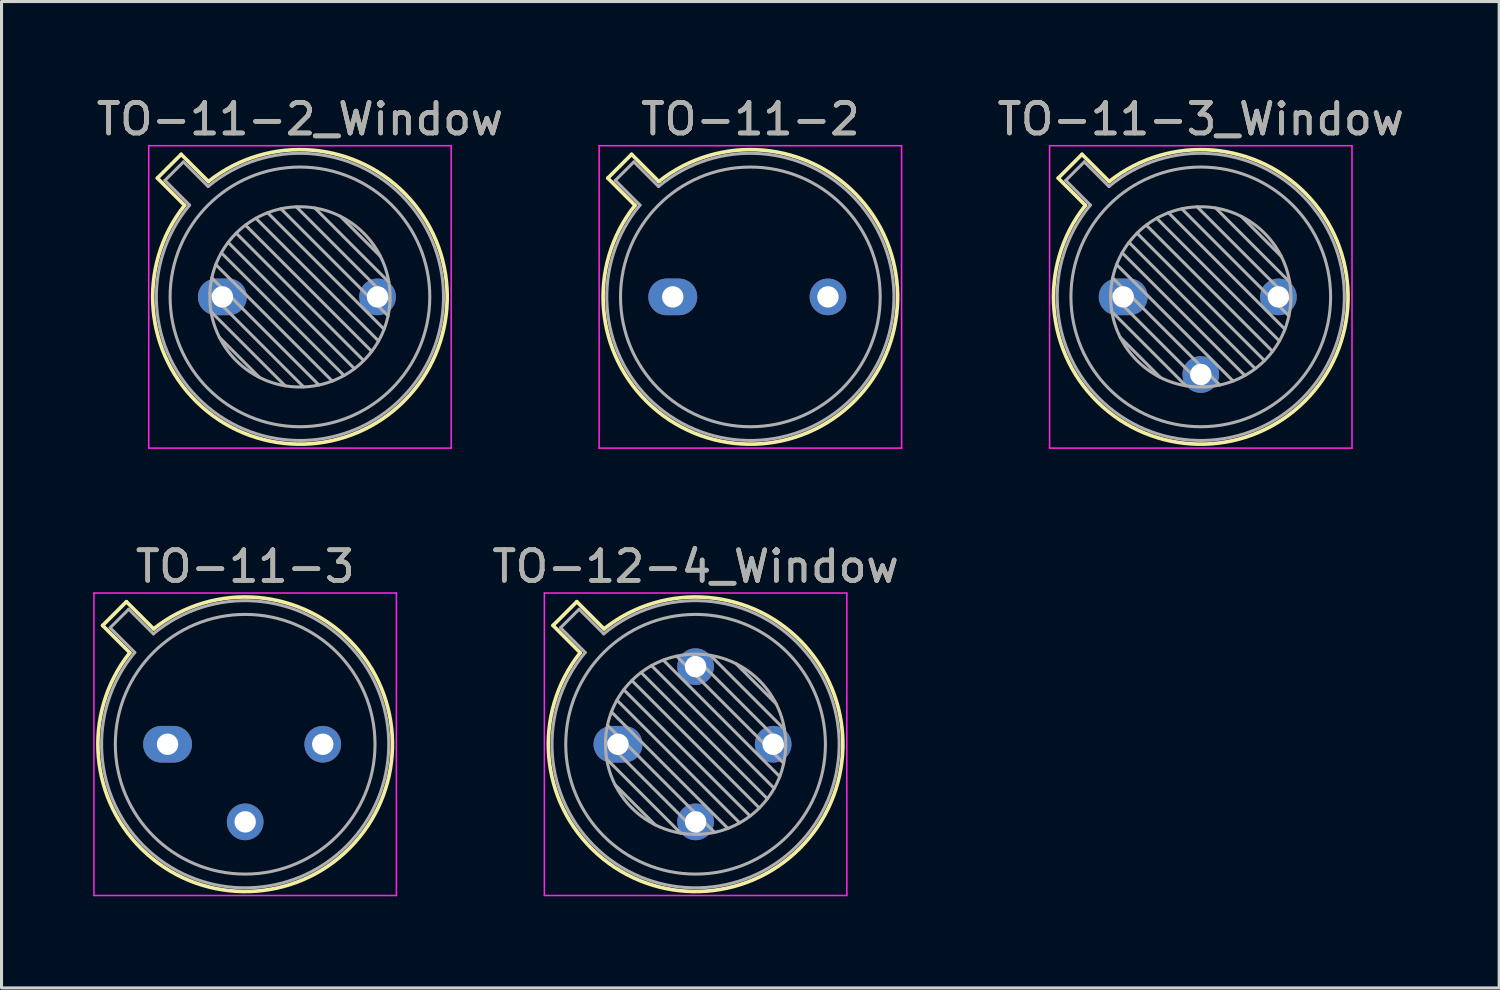
<source format=kicad_pcb>
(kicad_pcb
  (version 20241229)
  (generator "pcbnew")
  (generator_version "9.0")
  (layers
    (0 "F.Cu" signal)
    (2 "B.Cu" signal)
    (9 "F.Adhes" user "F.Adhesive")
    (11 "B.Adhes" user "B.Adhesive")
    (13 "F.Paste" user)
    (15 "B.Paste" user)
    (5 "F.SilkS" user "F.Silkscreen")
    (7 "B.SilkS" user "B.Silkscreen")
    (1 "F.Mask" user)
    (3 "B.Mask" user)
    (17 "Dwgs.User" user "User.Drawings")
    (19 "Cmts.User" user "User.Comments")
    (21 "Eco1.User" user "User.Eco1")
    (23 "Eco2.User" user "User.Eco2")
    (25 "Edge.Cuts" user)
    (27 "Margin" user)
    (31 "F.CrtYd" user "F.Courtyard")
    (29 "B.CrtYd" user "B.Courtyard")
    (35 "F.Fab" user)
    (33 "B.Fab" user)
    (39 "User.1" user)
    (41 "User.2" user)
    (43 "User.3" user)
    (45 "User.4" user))
  (footprint "TO-11-3_Window"
    (layer "F.Cu")
    (at 33.714 6.668)
    (property "Reference" "TO-11-3_Window" (at 2.54 -5.82 0) (layer "F.SilkS") (effects (font (size 1 1) (thickness 0.15))))
    (attr through_hole)
    (fp_line (start -2.126 -3.888) (end -1.235 -2.997) (stroke (width 0.12) (type solid)) (layer "F.SilkS"))
    (fp_line (start -1.348 -4.666) (end -2.126 -3.888) (stroke (width 0.12) (type solid)) (layer "F.SilkS"))
    (fp_line (start -0.457 -3.775) (end -1.348 -4.666) (stroke (width 0.12) (type solid)) (layer "F.SilkS"))
    (fp_arc (start -0.457084 -3.774902) (mid 5.948125 3.408384) (end -1.234674 -2.997371) (stroke (width 0.12) (type solid)) (layer "F.SilkS"))
    (fp_line (start -2.41 -4.95) (end -2.41 4.95) (stroke (width 0.05) (type solid)) (layer "F.CrtYd"))
    (fp_line (start -2.41 4.95) (end 7.49 4.95) (stroke (width 0.05) (type solid)) (layer "F.CrtYd"))
    (fp_line (start 7.49 -4.95) (end -2.41 -4.95) (stroke (width 0.05) (type solid)) (layer "F.CrtYd"))
    (fp_line (start 7.49 4.95) (end 7.49 -4.95) (stroke (width 0.05) (type solid)) (layer "F.CrtYd"))
    (fp_line (start -1.88 -3.812) (end -1.074 -3.005) (stroke (width 0.1) (type solid)) (layer "F.Fab"))
    (fp_line (start -1.272 -4.42) (end -1.88 -3.812) (stroke (width 0.1) (type solid)) (layer "F.Fab"))
    (fp_line (start -0.465 -3.614) (end -1.272 -4.42) (stroke (width 0.1) (type solid)) (layer "F.Fab"))
    (fp_line (start -0.408 -0.12) (end 2.66 2.948) (stroke (width 0.1) (type solid)) (layer "F.Fab"))
    (fp_line (start -0.371 0.485) (end 2.055 2.911) (stroke (width 0.1) (type solid)) (layer "F.Fab"))
    (fp_line (start -0.344 -0.622) (end 3.162 2.884) (stroke (width 0.1) (type solid)) (layer "F.Fab"))
    (fp_line (start -0.215 -1.058) (end 3.598 2.755) (stroke (width 0.1) (type solid)) (layer "F.Fab"))
    (fp_line (start -0.097 1.324) (end 1.216 2.637) (stroke (width 0.1) (type solid)) (layer "F.Fab"))
    (fp_line (start -0.034 -1.443) (end 3.983 2.574) (stroke (width 0.1) (type solid)) (layer "F.Fab"))
    (fp_line (start 0.19 -1.784) (end 4.324 2.35) (stroke (width 0.1) (type solid)) (layer "F.Fab"))
    (fp_line (start 0.454 -2.086) (end 4.626 2.086) (stroke (width 0.1) (type solid)) (layer "F.Fab"))
    (fp_line (start 0.756 -2.35) (end 4.89 1.784) (stroke (width 0.1) (type solid)) (layer "F.Fab"))
    (fp_line (start 1.097 -2.574) (end 5.114 1.443) (stroke (width 0.1) (type solid)) (layer "F.Fab"))
    (fp_line (start 1.482 -2.755) (end 5.295 1.058) (stroke (width 0.1) (type solid)) (layer "F.Fab"))
    (fp_line (start 1.918 -2.884) (end 5.424 0.622) (stroke (width 0.1) (type solid)) (layer "F.Fab"))
    (fp_line (start 2.42 -2.948) (end 5.488 0.12) (stroke (width 0.1) (type solid)) (layer "F.Fab"))
    (fp_line (start 3.025 -2.911) (end 5.451 -0.485) (stroke (width 0.1) (type solid)) (layer "F.Fab"))
    (fp_line (start 3.864 -2.637) (end 5.177 -1.324) (stroke (width 0.1) (type solid)) (layer "F.Fab"))
    (fp_arc (start -0.465408 -3.61352) (mid 5.863443 3.323361) (end -1.073594 -3.005319) (stroke (width 0.1) (type solid)) (layer "F.Fab"))
    (fp_circle (center 2.54 0) (end 5.49 0) (stroke (width 0.1) (type solid)) (fill no) (layer "F.Fab"))
    (fp_circle (center 2.54 0) (end 6.79 0) (stroke (width 0.1) (type solid)) (fill no) (layer "F.Fab"))
    (fp_text user "${REFERENCE}" (at 2.54 -5.82 0) (layer "F.Fab") (effects (font (size 1 1) (thickness 0.15))))
    (pad "1" thru_hole oval (at 0 0) (size 1.6 1.2) (drill 0.7) (layers "*.Cu" "*.Mask"))
    (pad "2" thru_hole oval (at 2.54 2.54) (size 1.2 1.2) (drill 0.7) (layers "*.Cu" "*.Mask"))
    (pad "3" thru_hole oval (at 5.08 0) (size 1.2 1.2) (drill 0.7) (layers "*.Cu" "*.Mask")))
  (footprint "TO-11-2_Window"
    (layer "F.Cu")
    (at 4.228 6.668)
    (property "Reference" "TO-11-2_Window" (at 2.54 -5.82 0) (layer "F.SilkS") (effects (font (size 1 1) (thickness 0.15))))
    (attr through_hole)
    (fp_line (start -2.126 -3.888) (end -1.235 -2.997) (stroke (width 0.12) (type solid)) (layer "F.SilkS"))
    (fp_line (start -1.348 -4.666) (end -2.126 -3.888) (stroke (width 0.12) (type solid)) (layer "F.SilkS"))
    (fp_line (start -0.457 -3.775) (end -1.348 -4.666) (stroke (width 0.12) (type solid)) (layer "F.SilkS"))
    (fp_arc (start -0.457084 -3.774902) (mid 5.948125 3.408384) (end -1.234674 -2.997371) (stroke (width 0.12) (type solid)) (layer "F.SilkS"))
    (fp_line (start -2.41 -4.95) (end -2.41 4.95) (stroke (width 0.05) (type solid)) (layer "F.CrtYd"))
    (fp_line (start -2.41 4.95) (end 7.49 4.95) (stroke (width 0.05) (type solid)) (layer "F.CrtYd"))
    (fp_line (start 7.49 -4.95) (end -2.41 -4.95) (stroke (width 0.05) (type solid)) (layer "F.CrtYd"))
    (fp_line (start 7.49 4.95) (end 7.49 -4.95) (stroke (width 0.05) (type solid)) (layer "F.CrtYd"))
    (fp_line (start -1.88 -3.812) (end -1.074 -3.005) (stroke (width 0.1) (type solid)) (layer "F.Fab"))
    (fp_line (start -1.272 -4.42) (end -1.88 -3.812) (stroke (width 0.1) (type solid)) (layer "F.Fab"))
    (fp_line (start -0.465 -3.614) (end -1.272 -4.42) (stroke (width 0.1) (type solid)) (layer "F.Fab"))
    (fp_line (start -0.408 -0.12) (end 2.66 2.948) (stroke (width 0.1) (type solid)) (layer "F.Fab"))
    (fp_line (start -0.371 0.485) (end 2.055 2.911) (stroke (width 0.1) (type solid)) (layer "F.Fab"))
    (fp_line (start -0.344 -0.622) (end 3.162 2.884) (stroke (width 0.1) (type solid)) (layer "F.Fab"))
    (fp_line (start -0.215 -1.058) (end 3.598 2.755) (stroke (width 0.1) (type solid)) (layer "F.Fab"))
    (fp_line (start -0.097 1.324) (end 1.216 2.637) (stroke (width 0.1) (type solid)) (layer "F.Fab"))
    (fp_line (start -0.034 -1.443) (end 3.983 2.574) (stroke (width 0.1) (type solid)) (layer "F.Fab"))
    (fp_line (start 0.19 -1.784) (end 4.324 2.35) (stroke (width 0.1) (type solid)) (layer "F.Fab"))
    (fp_line (start 0.454 -2.086) (end 4.626 2.086) (stroke (width 0.1) (type solid)) (layer "F.Fab"))
    (fp_line (start 0.756 -2.35) (end 4.89 1.784) (stroke (width 0.1) (type solid)) (layer "F.Fab"))
    (fp_line (start 1.097 -2.574) (end 5.114 1.443) (stroke (width 0.1) (type solid)) (layer "F.Fab"))
    (fp_line (start 1.482 -2.755) (end 5.295 1.058) (stroke (width 0.1) (type solid)) (layer "F.Fab"))
    (fp_line (start 1.918 -2.884) (end 5.424 0.622) (stroke (width 0.1) (type solid)) (layer "F.Fab"))
    (fp_line (start 2.42 -2.948) (end 5.488 0.12) (stroke (width 0.1) (type solid)) (layer "F.Fab"))
    (fp_line (start 3.025 -2.911) (end 5.451 -0.485) (stroke (width 0.1) (type solid)) (layer "F.Fab"))
    (fp_line (start 3.864 -2.637) (end 5.177 -1.324) (stroke (width 0.1) (type solid)) (layer "F.Fab"))
    (fp_arc (start -0.465408 -3.61352) (mid 5.863443 3.323361) (end -1.073594 -3.005319) (stroke (width 0.1) (type solid)) (layer "F.Fab"))
    (fp_circle (center 2.54 0) (end 5.49 0) (stroke (width 0.1) (type solid)) (fill no) (layer "F.Fab"))
    (fp_circle (center 2.54 0) (end 6.79 0) (stroke (width 0.1) (type solid)) (fill no) (layer "F.Fab"))
    (fp_text user "${REFERENCE}" (at 2.54 -5.82 0) (layer "F.Fab") (effects (font (size 1 1) (thickness 0.15))))
    (pad "1" thru_hole oval (at 0 0) (size 1.6 1.2) (drill 0.7) (layers "*.Cu" "*.Mask"))
    (pad "2" thru_hole oval (at 5.08 0) (size 1.2 1.2) (drill 0.7) (layers "*.Cu" "*.Mask")))
  (footprint "TO-12-4_Window"
    (layer "F.Cu")
    (at 17.178 21.311)
    (property "Reference" "TO-12-4_Window" (at 2.54 -5.82 0) (layer "F.SilkS") (effects (font (size 1 1) (thickness 0.15))))
    (attr through_hole)
    (fp_line (start -2.126 -3.888) (end -1.235 -2.997) (stroke (width 0.12) (type solid)) (layer "F.SilkS"))
    (fp_line (start -1.348 -4.666) (end -2.126 -3.888) (stroke (width 0.12) (type solid)) (layer "F.SilkS"))
    (fp_line (start -0.457 -3.775) (end -1.348 -4.666) (stroke (width 0.12) (type solid)) (layer "F.SilkS"))
    (fp_arc (start -0.457084 -3.774902) (mid 5.948125 3.408384) (end -1.234674 -2.997371) (stroke (width 0.12) (type solid)) (layer "F.SilkS"))
    (fp_line (start -2.41 -4.95) (end -2.41 4.95) (stroke (width 0.05) (type solid)) (layer "F.CrtYd"))
    (fp_line (start -2.41 4.95) (end 7.49 4.95) (stroke (width 0.05) (type solid)) (layer "F.CrtYd"))
    (fp_line (start 7.49 -4.95) (end -2.41 -4.95) (stroke (width 0.05) (type solid)) (layer "F.CrtYd"))
    (fp_line (start 7.49 4.95) (end 7.49 -4.95) (stroke (width 0.05) (type solid)) (layer "F.CrtYd"))
    (fp_line (start -1.88 -3.812) (end -1.074 -3.005) (stroke (width 0.1) (type solid)) (layer "F.Fab"))
    (fp_line (start -1.272 -4.42) (end -1.88 -3.812) (stroke (width 0.1) (type solid)) (layer "F.Fab"))
    (fp_line (start -0.465 -3.614) (end -1.272 -4.42) (stroke (width 0.1) (type solid)) (layer "F.Fab"))
    (fp_line (start -0.408 -0.12) (end 2.66 2.948) (stroke (width 0.1) (type solid)) (layer "F.Fab"))
    (fp_line (start -0.371 0.485) (end 2.055 2.911) (stroke (width 0.1) (type solid)) (layer "F.Fab"))
    (fp_line (start -0.344 -0.622) (end 3.162 2.884) (stroke (width 0.1) (type solid)) (layer "F.Fab"))
    (fp_line (start -0.215 -1.058) (end 3.598 2.755) (stroke (width 0.1) (type solid)) (layer "F.Fab"))
    (fp_line (start -0.097 1.324) (end 1.216 2.637) (stroke (width 0.1) (type solid)) (layer "F.Fab"))
    (fp_line (start -0.034 -1.443) (end 3.983 2.574) (stroke (width 0.1) (type solid)) (layer "F.Fab"))
    (fp_line (start 0.19 -1.784) (end 4.324 2.35) (stroke (width 0.1) (type solid)) (layer "F.Fab"))
    (fp_line (start 0.454 -2.086) (end 4.626 2.086) (stroke (width 0.1) (type solid)) (layer "F.Fab"))
    (fp_line (start 0.756 -2.35) (end 4.89 1.784) (stroke (width 0.1) (type solid)) (layer "F.Fab"))
    (fp_line (start 1.097 -2.574) (end 5.114 1.443) (stroke (width 0.1) (type solid)) (layer "F.Fab"))
    (fp_line (start 1.482 -2.755) (end 5.295 1.058) (stroke (width 0.1) (type solid)) (layer "F.Fab"))
    (fp_line (start 1.918 -2.884) (end 5.424 0.622) (stroke (width 0.1) (type solid)) (layer "F.Fab"))
    (fp_line (start 2.42 -2.948) (end 5.488 0.12) (stroke (width 0.1) (type solid)) (layer "F.Fab"))
    (fp_line (start 3.025 -2.911) (end 5.451 -0.485) (stroke (width 0.1) (type solid)) (layer "F.Fab"))
    (fp_line (start 3.864 -2.637) (end 5.177 -1.324) (stroke (width 0.1) (type solid)) (layer "F.Fab"))
    (fp_arc (start -0.465408 -3.61352) (mid 5.863443 3.323361) (end -1.073594 -3.005319) (stroke (width 0.1) (type solid)) (layer "F.Fab"))
    (fp_circle (center 2.54 0) (end 5.49 0) (stroke (width 0.1) (type solid)) (fill no) (layer "F.Fab"))
    (fp_circle (center 2.54 0) (end 6.79 0) (stroke (width 0.1) (type solid)) (fill no) (layer "F.Fab"))
    (fp_text user "${REFERENCE}" (at 2.54 -5.82 0) (layer "F.Fab") (effects (font (size 1 1) (thickness 0.15))))
    (pad "1" thru_hole oval (at 0 0) (size 1.6 1.2) (drill 0.7) (layers "*.Cu" "*.Mask"))
    (pad "2" thru_hole oval (at 2.54 2.54) (size 1.2 1.2) (drill 0.7) (layers "*.Cu" "*.Mask"))
    (pad "3" thru_hole oval (at 5.08 0) (size 1.2 1.2) (drill 0.7) (layers "*.Cu" "*.Mask"))
    (pad "4" thru_hole oval (at 2.54 -2.54) (size 1.2 1.2) (drill 0.7) (layers "*.Cu" "*.Mask")))
  (footprint "TO-11-3"
    (layer "F.Cu")
    (at 2.435 21.311)
    (property "Reference" "TO-11-3" (at 2.54 -5.82 0) (layer "F.SilkS") (effects (font (size 1 1) (thickness 0.15))))
    (attr through_hole)
    (fp_line (start -2.126 -3.888) (end -1.235 -2.997) (stroke (width 0.12) (type solid)) (layer "F.SilkS"))
    (fp_line (start -1.348 -4.666) (end -2.126 -3.888) (stroke (width 0.12) (type solid)) (layer "F.SilkS"))
    (fp_line (start -0.457 -3.775) (end -1.348 -4.666) (stroke (width 0.12) (type solid)) (layer "F.SilkS"))
    (fp_arc (start -0.457084 -3.774902) (mid 5.948125 3.408384) (end -1.234674 -2.997371) (stroke (width 0.12) (type solid)) (layer "F.SilkS"))
    (fp_line (start -2.41 -4.95) (end -2.41 4.95) (stroke (width 0.05) (type solid)) (layer "F.CrtYd"))
    (fp_line (start -2.41 4.95) (end 7.49 4.95) (stroke (width 0.05) (type solid)) (layer "F.CrtYd"))
    (fp_line (start 7.49 -4.95) (end -2.41 -4.95) (stroke (width 0.05) (type solid)) (layer "F.CrtYd"))
    (fp_line (start 7.49 4.95) (end 7.49 -4.95) (stroke (width 0.05) (type solid)) (layer "F.CrtYd"))
    (fp_line (start -1.88 -3.812) (end -1.074 -3.005) (stroke (width 0.1) (type solid)) (layer "F.Fab"))
    (fp_line (start -1.272 -4.42) (end -1.88 -3.812) (stroke (width 0.1) (type solid)) (layer "F.Fab"))
    (fp_line (start -0.465 -3.614) (end -1.272 -4.42) (stroke (width 0.1) (type solid)) (layer "F.Fab"))
    (fp_arc (start -0.465408 -3.61352) (mid 5.863443 3.323361) (end -1.073594 -3.005319) (stroke (width 0.1) (type solid)) (layer "F.Fab"))
    (fp_circle (center 2.54 0) (end 6.79 0) (stroke (width 0.1) (type solid)) (fill no) (layer "F.Fab"))
    (fp_text user "${REFERENCE}" (at 2.54 -5.82 0) (layer "F.Fab") (effects (font (size 1 1) (thickness 0.15))))
    (pad "1" thru_hole oval (at 0 0) (size 1.6 1.2) (drill 0.7) (layers "*.Cu" "*.Mask"))
    (pad "2" thru_hole oval (at 2.54 2.54) (size 1.2 1.2) (drill 0.7) (layers "*.Cu" "*.Mask"))
    (pad "3" thru_hole oval (at 5.08 0) (size 1.2 1.2) (drill 0.7) (layers "*.Cu" "*.Mask")))
  (footprint "TO-11-2"
    (layer "F.Cu")
    (at 18.971 6.668)
    (property "Reference" "TO-11-2" (at 2.54 -5.82 0) (layer "F.SilkS") (effects (font (size 1 1) (thickness 0.15))))
    (attr through_hole)
    (fp_line (start -2.126 -3.888) (end -1.235 -2.997) (stroke (width 0.12) (type solid)) (layer "F.SilkS"))
    (fp_line (start -1.348 -4.666) (end -2.126 -3.888) (stroke (width 0.12) (type solid)) (layer "F.SilkS"))
    (fp_line (start -0.457 -3.775) (end -1.348 -4.666) (stroke (width 0.12) (type solid)) (layer "F.SilkS"))
    (fp_arc (start -0.457084 -3.774902) (mid 5.948125 3.408384) (end -1.234674 -2.997371) (stroke (width 0.12) (type solid)) (layer "F.SilkS"))
    (fp_line (start -2.41 -4.95) (end -2.41 4.95) (stroke (width 0.05) (type solid)) (layer "F.CrtYd"))
    (fp_line (start -2.41 4.95) (end 7.49 4.95) (stroke (width 0.05) (type solid)) (layer "F.CrtYd"))
    (fp_line (start 7.49 -4.95) (end -2.41 -4.95) (stroke (width 0.05) (type solid)) (layer "F.CrtYd"))
    (fp_line (start 7.49 4.95) (end 7.49 -4.95) (stroke (width 0.05) (type solid)) (layer "F.CrtYd"))
    (fp_line (start -1.88 -3.812) (end -1.074 -3.005) (stroke (width 0.1) (type solid)) (layer "F.Fab"))
    (fp_line (start -1.272 -4.42) (end -1.88 -3.812) (stroke (width 0.1) (type solid)) (layer "F.Fab"))
    (fp_line (start -0.465 -3.614) (end -1.272 -4.42) (stroke (width 0.1) (type solid)) (layer "F.Fab"))
    (fp_arc (start -0.465408 -3.61352) (mid 5.863443 3.323361) (end -1.073594 -3.005319) (stroke (width 0.1) (type solid)) (layer "F.Fab"))
    (fp_circle (center 2.54 0) (end 6.79 0) (stroke (width 0.1) (type solid)) (fill no) (layer "F.Fab"))
    (fp_text user "${REFERENCE}" (at 2.54 -5.82 0) (layer "F.Fab") (effects (font (size 1 1) (thickness 0.15))))
    (pad "1" thru_hole oval (at 0 0) (size 1.6 1.2) (drill 0.7) (layers "*.Cu" "*.Mask"))
    (pad "2" thru_hole oval (at 5.08 0) (size 1.2 1.2) (drill 0.7) (layers "*.Cu" "*.Mask")))
  (gr_rect
    (start -3 -3)
    (end 46.021 29.287)
    (stroke (width 0.1) (type default))
    (fill no)
    (layer "Edge.Cuts")))
</source>
